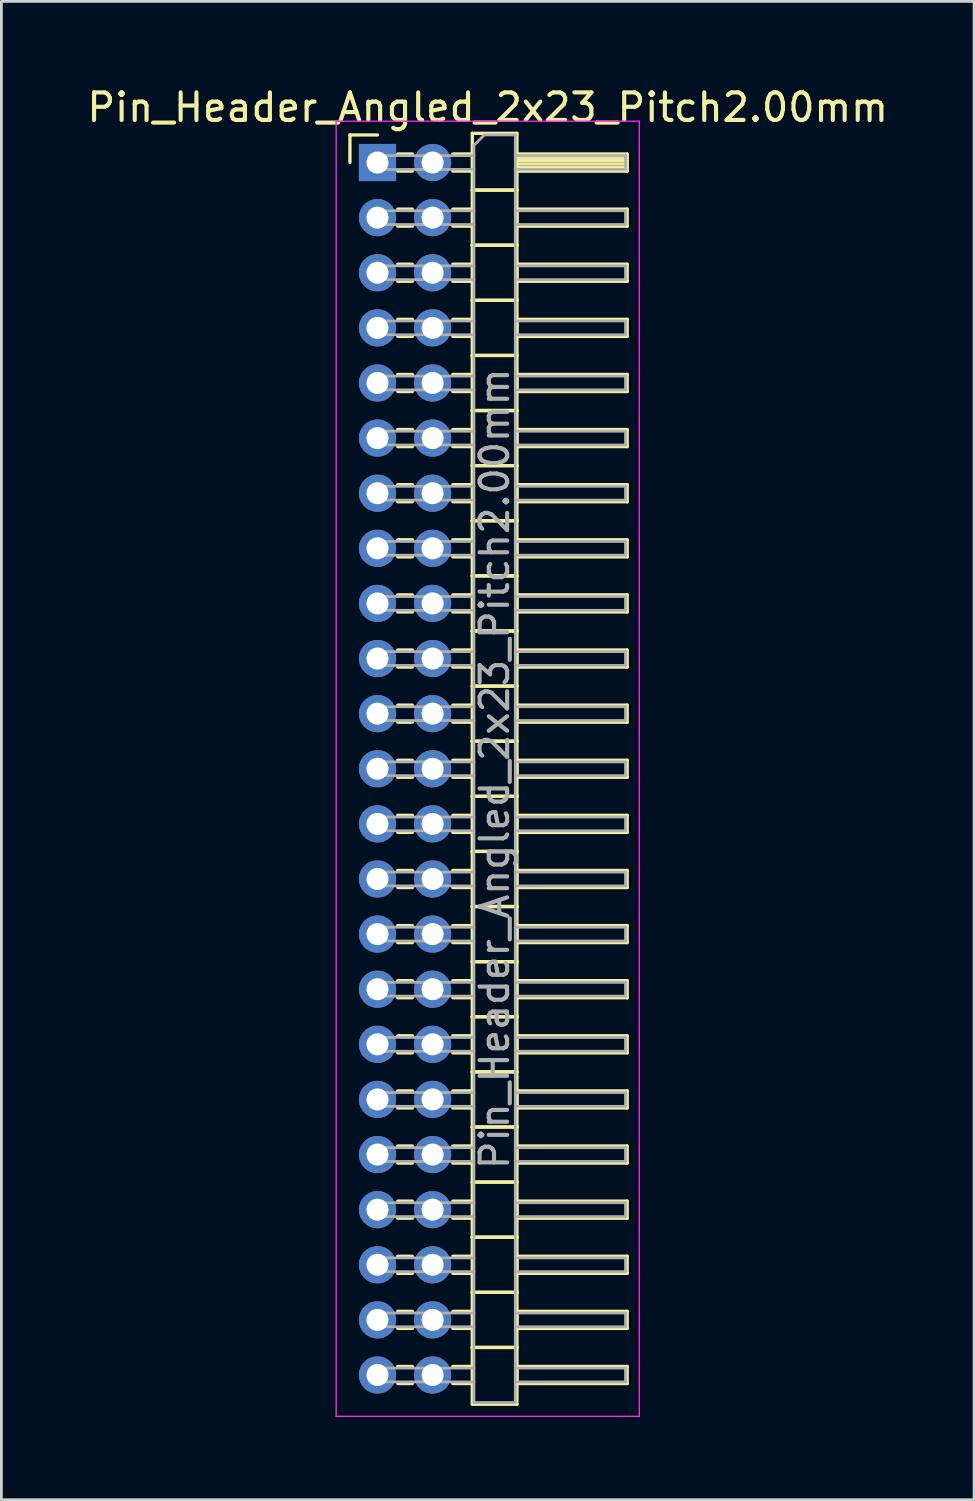
<source format=kicad_pcb>
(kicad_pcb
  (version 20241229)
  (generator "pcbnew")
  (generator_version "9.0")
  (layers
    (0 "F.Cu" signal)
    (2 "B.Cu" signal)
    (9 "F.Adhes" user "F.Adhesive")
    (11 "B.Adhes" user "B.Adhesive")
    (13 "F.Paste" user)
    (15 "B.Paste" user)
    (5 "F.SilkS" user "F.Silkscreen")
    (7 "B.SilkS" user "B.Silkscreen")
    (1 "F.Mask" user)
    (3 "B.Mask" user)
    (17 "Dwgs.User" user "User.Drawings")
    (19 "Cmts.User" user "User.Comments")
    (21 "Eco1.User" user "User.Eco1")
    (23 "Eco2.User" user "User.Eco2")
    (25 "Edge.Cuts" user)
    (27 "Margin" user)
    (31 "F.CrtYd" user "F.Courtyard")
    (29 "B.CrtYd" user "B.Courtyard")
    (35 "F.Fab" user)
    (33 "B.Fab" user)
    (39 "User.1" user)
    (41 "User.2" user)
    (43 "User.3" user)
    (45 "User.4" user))
  (footprint "Pin_Header_Angled_2x23_Pitch2.00mm"
    (layer "F.Cu")
    (at 10.649 2.848)
    (property "Reference" "Pin_Header_Angled_2x23_Pitch2.00mm" (at 4 -2 0) (layer "F.SilkS") (effects (font (size 1 1) (thickness 0.15))))
    (attr through_hole)
    (fp_line (start -1 -1) (end 0 -1) (stroke (width 0.12) (type solid)) (layer "F.SilkS"))
    (fp_line (start -1 0) (end -1 -1) (stroke (width 0.12) (type solid)) (layer "F.SilkS"))
    (fp_line (start 0.735 -0.31) (end 1.265 -0.31) (stroke (width 0.12) (type solid)) (layer "F.SilkS"))
    (fp_line (start 0.735 0.31) (end 1.265 0.31) (stroke (width 0.12) (type solid)) (layer "F.SilkS"))
    (fp_line (start 0.735 1.69) (end 1.265 1.69) (stroke (width 0.12) (type solid)) (layer "F.SilkS"))
    (fp_line (start 0.735 2.31) (end 1.265 2.31) (stroke (width 0.12) (type solid)) (layer "F.SilkS"))
    (fp_line (start 0.735 3.69) (end 1.265 3.69) (stroke (width 0.12) (type solid)) (layer "F.SilkS"))
    (fp_line (start 0.735 4.31) (end 1.265 4.31) (stroke (width 0.12) (type solid)) (layer "F.SilkS"))
    (fp_line (start 0.735 5.69) (end 1.265 5.69) (stroke (width 0.12) (type solid)) (layer "F.SilkS"))
    (fp_line (start 0.735 6.31) (end 1.265 6.31) (stroke (width 0.12) (type solid)) (layer "F.SilkS"))
    (fp_line (start 0.735 7.69) (end 1.265 7.69) (stroke (width 0.12) (type solid)) (layer "F.SilkS"))
    (fp_line (start 0.735 8.31) (end 1.265 8.31) (stroke (width 0.12) (type solid)) (layer "F.SilkS"))
    (fp_line (start 0.735 9.69) (end 1.265 9.69) (stroke (width 0.12) (type solid)) (layer "F.SilkS"))
    (fp_line (start 0.735 10.31) (end 1.265 10.31) (stroke (width 0.12) (type solid)) (layer "F.SilkS"))
    (fp_line (start 0.735 11.69) (end 1.265 11.69) (stroke (width 0.12) (type solid)) (layer "F.SilkS"))
    (fp_line (start 0.735 12.31) (end 1.265 12.31) (stroke (width 0.12) (type solid)) (layer "F.SilkS"))
    (fp_line (start 0.735 13.69) (end 1.265 13.69) (stroke (width 0.12) (type solid)) (layer "F.SilkS"))
    (fp_line (start 0.735 14.31) (end 1.265 14.31) (stroke (width 0.12) (type solid)) (layer "F.SilkS"))
    (fp_line (start 0.735 15.69) (end 1.265 15.69) (stroke (width 0.12) (type solid)) (layer "F.SilkS"))
    (fp_line (start 0.735 16.31) (end 1.265 16.31) (stroke (width 0.12) (type solid)) (layer "F.SilkS"))
    (fp_line (start 0.735 17.69) (end 1.265 17.69) (stroke (width 0.12) (type solid)) (layer "F.SilkS"))
    (fp_line (start 0.735 18.31) (end 1.265 18.31) (stroke (width 0.12) (type solid)) (layer "F.SilkS"))
    (fp_line (start 0.735 19.69) (end 1.265 19.69) (stroke (width 0.12) (type solid)) (layer "F.SilkS"))
    (fp_line (start 0.735 20.31) (end 1.265 20.31) (stroke (width 0.12) (type solid)) (layer "F.SilkS"))
    (fp_line (start 0.735 21.69) (end 1.265 21.69) (stroke (width 0.12) (type solid)) (layer "F.SilkS"))
    (fp_line (start 0.735 22.31) (end 1.265 22.31) (stroke (width 0.12) (type solid)) (layer "F.SilkS"))
    (fp_line (start 0.735 23.69) (end 1.265 23.69) (stroke (width 0.12) (type solid)) (layer "F.SilkS"))
    (fp_line (start 0.735 24.31) (end 1.265 24.31) (stroke (width 0.12) (type solid)) (layer "F.SilkS"))
    (fp_line (start 0.735 25.69) (end 1.265 25.69) (stroke (width 0.12) (type solid)) (layer "F.SilkS"))
    (fp_line (start 0.735 26.31) (end 1.265 26.31) (stroke (width 0.12) (type solid)) (layer "F.SilkS"))
    (fp_line (start 0.735 27.69) (end 1.265 27.69) (stroke (width 0.12) (type solid)) (layer "F.SilkS"))
    (fp_line (start 0.735 28.31) (end 1.265 28.31) (stroke (width 0.12) (type solid)) (layer "F.SilkS"))
    (fp_line (start 0.735 29.69) (end 1.265 29.69) (stroke (width 0.12) (type solid)) (layer "F.SilkS"))
    (fp_line (start 0.735 30.31) (end 1.265 30.31) (stroke (width 0.12) (type solid)) (layer "F.SilkS"))
    (fp_line (start 0.735 31.69) (end 1.265 31.69) (stroke (width 0.12) (type solid)) (layer "F.SilkS"))
    (fp_line (start 0.735 32.31) (end 1.265 32.31) (stroke (width 0.12) (type solid)) (layer "F.SilkS"))
    (fp_line (start 0.735 33.69) (end 1.265 33.69) (stroke (width 0.12) (type solid)) (layer "F.SilkS"))
    (fp_line (start 0.735 34.31) (end 1.265 34.31) (stroke (width 0.12) (type solid)) (layer "F.SilkS"))
    (fp_line (start 0.735 35.69) (end 1.265 35.69) (stroke (width 0.12) (type solid)) (layer "F.SilkS"))
    (fp_line (start 0.735 36.31) (end 1.265 36.31) (stroke (width 0.12) (type solid)) (layer "F.SilkS"))
    (fp_line (start 0.735 37.69) (end 1.265 37.69) (stroke (width 0.12) (type solid)) (layer "F.SilkS"))
    (fp_line (start 0.735 38.31) (end 1.265 38.31) (stroke (width 0.12) (type solid)) (layer "F.SilkS"))
    (fp_line (start 0.735 39.69) (end 1.265 39.69) (stroke (width 0.12) (type solid)) (layer "F.SilkS"))
    (fp_line (start 0.735 40.31) (end 1.265 40.31) (stroke (width 0.12) (type solid)) (layer "F.SilkS"))
    (fp_line (start 0.735 41.69) (end 1.265 41.69) (stroke (width 0.12) (type solid)) (layer "F.SilkS"))
    (fp_line (start 0.735 42.31) (end 1.265 42.31) (stroke (width 0.12) (type solid)) (layer "F.SilkS"))
    (fp_line (start 0.735 43.69) (end 1.265 43.69) (stroke (width 0.12) (type solid)) (layer "F.SilkS"))
    (fp_line (start 0.735 44.31) (end 1.265 44.31) (stroke (width 0.12) (type solid)) (layer "F.SilkS"))
    (fp_line (start 2.735 -0.31) (end 3.44 -0.31) (stroke (width 0.12) (type solid)) (layer "F.SilkS"))
    (fp_line (start 2.735 0.31) (end 3.44 0.31) (stroke (width 0.12) (type solid)) (layer "F.SilkS"))
    (fp_line (start 2.735 1.69) (end 3.44 1.69) (stroke (width 0.12) (type solid)) (layer "F.SilkS"))
    (fp_line (start 2.735 2.31) (end 3.44 2.31) (stroke (width 0.12) (type solid)) (layer "F.SilkS"))
    (fp_line (start 2.735 3.69) (end 3.44 3.69) (stroke (width 0.12) (type solid)) (layer "F.SilkS"))
    (fp_line (start 2.735 4.31) (end 3.44 4.31) (stroke (width 0.12) (type solid)) (layer "F.SilkS"))
    (fp_line (start 2.735 5.69) (end 3.44 5.69) (stroke (width 0.12) (type solid)) (layer "F.SilkS"))
    (fp_line (start 2.735 6.31) (end 3.44 6.31) (stroke (width 0.12) (type solid)) (layer "F.SilkS"))
    (fp_line (start 2.735 7.69) (end 3.44 7.69) (stroke (width 0.12) (type solid)) (layer "F.SilkS"))
    (fp_line (start 2.735 8.31) (end 3.44 8.31) (stroke (width 0.12) (type solid)) (layer "F.SilkS"))
    (fp_line (start 2.735 9.69) (end 3.44 9.69) (stroke (width 0.12) (type solid)) (layer "F.SilkS"))
    (fp_line (start 2.735 10.31) (end 3.44 10.31) (stroke (width 0.12) (type solid)) (layer "F.SilkS"))
    (fp_line (start 2.735 11.69) (end 3.44 11.69) (stroke (width 0.12) (type solid)) (layer "F.SilkS"))
    (fp_line (start 2.735 12.31) (end 3.44 12.31) (stroke (width 0.12) (type solid)) (layer "F.SilkS"))
    (fp_line (start 2.735 13.69) (end 3.44 13.69) (stroke (width 0.12) (type solid)) (layer "F.SilkS"))
    (fp_line (start 2.735 14.31) (end 3.44 14.31) (stroke (width 0.12) (type solid)) (layer "F.SilkS"))
    (fp_line (start 2.735 15.69) (end 3.44 15.69) (stroke (width 0.12) (type solid)) (layer "F.SilkS"))
    (fp_line (start 2.735 16.31) (end 3.44 16.31) (stroke (width 0.12) (type solid)) (layer "F.SilkS"))
    (fp_line (start 2.735 17.69) (end 3.44 17.69) (stroke (width 0.12) (type solid)) (layer "F.SilkS"))
    (fp_line (start 2.735 18.31) (end 3.44 18.31) (stroke (width 0.12) (type solid)) (layer "F.SilkS"))
    (fp_line (start 2.735 19.69) (end 3.44 19.69) (stroke (width 0.12) (type solid)) (layer "F.SilkS"))
    (fp_line (start 2.735 20.31) (end 3.44 20.31) (stroke (width 0.12) (type solid)) (layer "F.SilkS"))
    (fp_line (start 2.735 21.69) (end 3.44 21.69) (stroke (width 0.12) (type solid)) (layer "F.SilkS"))
    (fp_line (start 2.735 22.31) (end 3.44 22.31) (stroke (width 0.12) (type solid)) (layer "F.SilkS"))
    (fp_line (start 2.735 23.69) (end 3.44 23.69) (stroke (width 0.12) (type solid)) (layer "F.SilkS"))
    (fp_line (start 2.735 24.31) (end 3.44 24.31) (stroke (width 0.12) (type solid)) (layer "F.SilkS"))
    (fp_line (start 2.735 25.69) (end 3.44 25.69) (stroke (width 0.12) (type solid)) (layer "F.SilkS"))
    (fp_line (start 2.735 26.31) (end 3.44 26.31) (stroke (width 0.12) (type solid)) (layer "F.SilkS"))
    (fp_line (start 2.735 27.69) (end 3.44 27.69) (stroke (width 0.12) (type solid)) (layer "F.SilkS"))
    (fp_line (start 2.735 28.31) (end 3.44 28.31) (stroke (width 0.12) (type solid)) (layer "F.SilkS"))
    (fp_line (start 2.735 29.69) (end 3.44 29.69) (stroke (width 0.12) (type solid)) (layer "F.SilkS"))
    (fp_line (start 2.735 30.31) (end 3.44 30.31) (stroke (width 0.12) (type solid)) (layer "F.SilkS"))
    (fp_line (start 2.735 31.69) (end 3.44 31.69) (stroke (width 0.12) (type solid)) (layer "F.SilkS"))
    (fp_line (start 2.735 32.31) (end 3.44 32.31) (stroke (width 0.12) (type solid)) (layer "F.SilkS"))
    (fp_line (start 2.735 33.69) (end 3.44 33.69) (stroke (width 0.12) (type solid)) (layer "F.SilkS"))
    (fp_line (start 2.735 34.31) (end 3.44 34.31) (stroke (width 0.12) (type solid)) (layer "F.SilkS"))
    (fp_line (start 2.735 35.69) (end 3.44 35.69) (stroke (width 0.12) (type solid)) (layer "F.SilkS"))
    (fp_line (start 2.735 36.31) (end 3.44 36.31) (stroke (width 0.12) (type solid)) (layer "F.SilkS"))
    (fp_line (start 2.735 37.69) (end 3.44 37.69) (stroke (width 0.12) (type solid)) (layer "F.SilkS"))
    (fp_line (start 2.735 38.31) (end 3.44 38.31) (stroke (width 0.12) (type solid)) (layer "F.SilkS"))
    (fp_line (start 2.735 39.69) (end 3.44 39.69) (stroke (width 0.12) (type solid)) (layer "F.SilkS"))
    (fp_line (start 2.735 40.31) (end 3.44 40.31) (stroke (width 0.12) (type solid)) (layer "F.SilkS"))
    (fp_line (start 2.735 41.69) (end 3.44 41.69) (stroke (width 0.12) (type solid)) (layer "F.SilkS"))
    (fp_line (start 2.735 42.31) (end 3.44 42.31) (stroke (width 0.12) (type solid)) (layer "F.SilkS"))
    (fp_line (start 2.735 43.69) (end 3.44 43.69) (stroke (width 0.12) (type solid)) (layer "F.SilkS"))
    (fp_line (start 2.735 44.31) (end 3.44 44.31) (stroke (width 0.12) (type solid)) (layer "F.SilkS"))
    (fp_line (start 3.44 -1.06) (end 3.44 1) (stroke (width 0.12) (type solid)) (layer "F.SilkS"))
    (fp_line (start 3.44 1) (end 3.44 3) (stroke (width 0.12) (type solid)) (layer "F.SilkS"))
    (fp_line (start 3.44 1) (end 5.06 1) (stroke (width 0.12) (type solid)) (layer "F.SilkS"))
    (fp_line (start 3.44 3) (end 3.44 5) (stroke (width 0.12) (type solid)) (layer "F.SilkS"))
    (fp_line (start 3.44 3) (end 5.06 3) (stroke (width 0.12) (type solid)) (layer "F.SilkS"))
    (fp_line (start 3.44 5) (end 3.44 7) (stroke (width 0.12) (type solid)) (layer "F.SilkS"))
    (fp_line (start 3.44 5) (end 5.06 5) (stroke (width 0.12) (type solid)) (layer "F.SilkS"))
    (fp_line (start 3.44 7) (end 3.44 9) (stroke (width 0.12) (type solid)) (layer "F.SilkS"))
    (fp_line (start 3.44 7) (end 5.06 7) (stroke (width 0.12) (type solid)) (layer "F.SilkS"))
    (fp_line (start 3.44 9) (end 3.44 11) (stroke (width 0.12) (type solid)) (layer "F.SilkS"))
    (fp_line (start 3.44 9) (end 5.06 9) (stroke (width 0.12) (type solid)) (layer "F.SilkS"))
    (fp_line (start 3.44 11) (end 3.44 13) (stroke (width 0.12) (type solid)) (layer "F.SilkS"))
    (fp_line (start 3.44 11) (end 5.06 11) (stroke (width 0.12) (type solid)) (layer "F.SilkS"))
    (fp_line (start 3.44 13) (end 3.44 15) (stroke (width 0.12) (type solid)) (layer "F.SilkS"))
    (fp_line (start 3.44 13) (end 5.06 13) (stroke (width 0.12) (type solid)) (layer "F.SilkS"))
    (fp_line (start 3.44 15) (end 3.44 17) (stroke (width 0.12) (type solid)) (layer "F.SilkS"))
    (fp_line (start 3.44 15) (end 5.06 15) (stroke (width 0.12) (type solid)) (layer "F.SilkS"))
    (fp_line (start 3.44 17) (end 3.44 19) (stroke (width 0.12) (type solid)) (layer "F.SilkS"))
    (fp_line (start 3.44 17) (end 5.06 17) (stroke (width 0.12) (type solid)) (layer "F.SilkS"))
    (fp_line (start 3.44 19) (end 3.44 21) (stroke (width 0.12) (type solid)) (layer "F.SilkS"))
    (fp_line (start 3.44 19) (end 5.06 19) (stroke (width 0.12) (type solid)) (layer "F.SilkS"))
    (fp_line (start 3.44 21) (end 3.44 23) (stroke (width 0.12) (type solid)) (layer "F.SilkS"))
    (fp_line (start 3.44 21) (end 5.06 21) (stroke (width 0.12) (type solid)) (layer "F.SilkS"))
    (fp_line (start 3.44 23) (end 3.44 25) (stroke (width 0.12) (type solid)) (layer "F.SilkS"))
    (fp_line (start 3.44 23) (end 5.06 23) (stroke (width 0.12) (type solid)) (layer "F.SilkS"))
    (fp_line (start 3.44 25) (end 3.44 27) (stroke (width 0.12) (type solid)) (layer "F.SilkS"))
    (fp_line (start 3.44 25) (end 5.06 25) (stroke (width 0.12) (type solid)) (layer "F.SilkS"))
    (fp_line (start 3.44 27) (end 3.44 29) (stroke (width 0.12) (type solid)) (layer "F.SilkS"))
    (fp_line (start 3.44 27) (end 5.06 27) (stroke (width 0.12) (type solid)) (layer "F.SilkS"))
    (fp_line (start 3.44 29) (end 3.44 31) (stroke (width 0.12) (type solid)) (layer "F.SilkS"))
    (fp_line (start 3.44 29) (end 5.06 29) (stroke (width 0.12) (type solid)) (layer "F.SilkS"))
    (fp_line (start 3.44 31) (end 3.44 33) (stroke (width 0.12) (type solid)) (layer "F.SilkS"))
    (fp_line (start 3.44 31) (end 5.06 31) (stroke (width 0.12) (type solid)) (layer "F.SilkS"))
    (fp_line (start 3.44 33) (end 3.44 35) (stroke (width 0.12) (type solid)) (layer "F.SilkS"))
    (fp_line (start 3.44 33) (end 5.06 33) (stroke (width 0.12) (type solid)) (layer "F.SilkS"))
    (fp_line (start 3.44 35) (end 3.44 37) (stroke (width 0.12) (type solid)) (layer "F.SilkS"))
    (fp_line (start 3.44 35) (end 5.06 35) (stroke (width 0.12) (type solid)) (layer "F.SilkS"))
    (fp_line (start 3.44 37) (end 3.44 39) (stroke (width 0.12) (type solid)) (layer "F.SilkS"))
    (fp_line (start 3.44 37) (end 5.06 37) (stroke (width 0.12) (type solid)) (layer "F.SilkS"))
    (fp_line (start 3.44 39) (end 3.44 41) (stroke (width 0.12) (type solid)) (layer "F.SilkS"))
    (fp_line (start 3.44 39) (end 5.06 39) (stroke (width 0.12) (type solid)) (layer "F.SilkS"))
    (fp_line (start 3.44 41) (end 3.44 43) (stroke (width 0.12) (type solid)) (layer "F.SilkS"))
    (fp_line (start 3.44 41) (end 5.06 41) (stroke (width 0.12) (type solid)) (layer "F.SilkS"))
    (fp_line (start 3.44 43) (end 3.44 45.06) (stroke (width 0.12) (type solid)) (layer "F.SilkS"))
    (fp_line (start 3.44 43) (end 5.06 43) (stroke (width 0.12) (type solid)) (layer "F.SilkS"))
    (fp_line (start 3.44 45.06) (end 5.06 45.06) (stroke (width 0.12) (type solid)) (layer "F.SilkS"))
    (fp_line (start 5.06 -1.06) (end 3.44 -1.06) (stroke (width 0.12) (type solid)) (layer "F.SilkS"))
    (fp_line (start 5.06 -0.31) (end 5.06 0.31) (stroke (width 0.12) (type solid)) (layer "F.SilkS"))
    (fp_line (start 5.06 -0.19) (end 9.06 -0.19) (stroke (width 0.12) (type solid)) (layer "F.SilkS"))
    (fp_line (start 5.06 -0.07) (end 9.06 -0.07) (stroke (width 0.12) (type solid)) (layer "F.SilkS"))
    (fp_line (start 5.06 0.05) (end 9.06 0.05) (stroke (width 0.12) (type solid)) (layer "F.SilkS"))
    (fp_line (start 5.06 0.17) (end 9.06 0.17) (stroke (width 0.12) (type solid)) (layer "F.SilkS"))
    (fp_line (start 5.06 0.29) (end 9.06 0.29) (stroke (width 0.12) (type solid)) (layer "F.SilkS"))
    (fp_line (start 5.06 0.31) (end 9.06 0.31) (stroke (width 0.12) (type solid)) (layer "F.SilkS"))
    (fp_line (start 5.06 1) (end 3.44 1) (stroke (width 0.12) (type solid)) (layer "F.SilkS"))
    (fp_line (start 5.06 1) (end 5.06 -1.06) (stroke (width 0.12) (type solid)) (layer "F.SilkS"))
    (fp_line (start 5.06 1.69) (end 5.06 2.31) (stroke (width 0.12) (type solid)) (layer "F.SilkS"))
    (fp_line (start 5.06 2.31) (end 9.06 2.31) (stroke (width 0.12) (type solid)) (layer "F.SilkS"))
    (fp_line (start 5.06 3) (end 3.44 3) (stroke (width 0.12) (type solid)) (layer "F.SilkS"))
    (fp_line (start 5.06 3) (end 5.06 1) (stroke (width 0.12) (type solid)) (layer "F.SilkS"))
    (fp_line (start 5.06 3.69) (end 5.06 4.31) (stroke (width 0.12) (type solid)) (layer "F.SilkS"))
    (fp_line (start 5.06 4.31) (end 9.06 4.31) (stroke (width 0.12) (type solid)) (layer "F.SilkS"))
    (fp_line (start 5.06 5) (end 3.44 5) (stroke (width 0.12) (type solid)) (layer "F.SilkS"))
    (fp_line (start 5.06 5) (end 5.06 3) (stroke (width 0.12) (type solid)) (layer "F.SilkS"))
    (fp_line (start 5.06 5.69) (end 5.06 6.31) (stroke (width 0.12) (type solid)) (layer "F.SilkS"))
    (fp_line (start 5.06 6.31) (end 9.06 6.31) (stroke (width 0.12) (type solid)) (layer "F.SilkS"))
    (fp_line (start 5.06 7) (end 3.44 7) (stroke (width 0.12) (type solid)) (layer "F.SilkS"))
    (fp_line (start 5.06 7) (end 5.06 5) (stroke (width 0.12) (type solid)) (layer "F.SilkS"))
    (fp_line (start 5.06 7.69) (end 5.06 8.31) (stroke (width 0.12) (type solid)) (layer "F.SilkS"))
    (fp_line (start 5.06 8.31) (end 9.06 8.31) (stroke (width 0.12) (type solid)) (layer "F.SilkS"))
    (fp_line (start 5.06 9) (end 3.44 9) (stroke (width 0.12) (type solid)) (layer "F.SilkS"))
    (fp_line (start 5.06 9) (end 5.06 7) (stroke (width 0.12) (type solid)) (layer "F.SilkS"))
    (fp_line (start 5.06 9.69) (end 5.06 10.31) (stroke (width 0.12) (type solid)) (layer "F.SilkS"))
    (fp_line (start 5.06 10.31) (end 9.06 10.31) (stroke (width 0.12) (type solid)) (layer "F.SilkS"))
    (fp_line (start 5.06 11) (end 3.44 11) (stroke (width 0.12) (type solid)) (layer "F.SilkS"))
    (fp_line (start 5.06 11) (end 5.06 9) (stroke (width 0.12) (type solid)) (layer "F.SilkS"))
    (fp_line (start 5.06 11.69) (end 5.06 12.31) (stroke (width 0.12) (type solid)) (layer "F.SilkS"))
    (fp_line (start 5.06 12.31) (end 9.06 12.31) (stroke (width 0.12) (type solid)) (layer "F.SilkS"))
    (fp_line (start 5.06 13) (end 3.44 13) (stroke (width 0.12) (type solid)) (layer "F.SilkS"))
    (fp_line (start 5.06 13) (end 5.06 11) (stroke (width 0.12) (type solid)) (layer "F.SilkS"))
    (fp_line (start 5.06 13.69) (end 5.06 14.31) (stroke (width 0.12) (type solid)) (layer "F.SilkS"))
    (fp_line (start 5.06 14.31) (end 9.06 14.31) (stroke (width 0.12) (type solid)) (layer "F.SilkS"))
    (fp_line (start 5.06 15) (end 3.44 15) (stroke (width 0.12) (type solid)) (layer "F.SilkS"))
    (fp_line (start 5.06 15) (end 5.06 13) (stroke (width 0.12) (type solid)) (layer "F.SilkS"))
    (fp_line (start 5.06 15.69) (end 5.06 16.31) (stroke (width 0.12) (type solid)) (layer "F.SilkS"))
    (fp_line (start 5.06 16.31) (end 9.06 16.31) (stroke (width 0.12) (type solid)) (layer "F.SilkS"))
    (fp_line (start 5.06 17) (end 3.44 17) (stroke (width 0.12) (type solid)) (layer "F.SilkS"))
    (fp_line (start 5.06 17) (end 5.06 15) (stroke (width 0.12) (type solid)) (layer "F.SilkS"))
    (fp_line (start 5.06 17.69) (end 5.06 18.31) (stroke (width 0.12) (type solid)) (layer "F.SilkS"))
    (fp_line (start 5.06 18.31) (end 9.06 18.31) (stroke (width 0.12) (type solid)) (layer "F.SilkS"))
    (fp_line (start 5.06 19) (end 3.44 19) (stroke (width 0.12) (type solid)) (layer "F.SilkS"))
    (fp_line (start 5.06 19) (end 5.06 17) (stroke (width 0.12) (type solid)) (layer "F.SilkS"))
    (fp_line (start 5.06 19.69) (end 5.06 20.31) (stroke (width 0.12) (type solid)) (layer "F.SilkS"))
    (fp_line (start 5.06 20.31) (end 9.06 20.31) (stroke (width 0.12) (type solid)) (layer "F.SilkS"))
    (fp_line (start 5.06 21) (end 3.44 21) (stroke (width 0.12) (type solid)) (layer "F.SilkS"))
    (fp_line (start 5.06 21) (end 5.06 19) (stroke (width 0.12) (type solid)) (layer "F.SilkS"))
    (fp_line (start 5.06 21.69) (end 5.06 22.31) (stroke (width 0.12) (type solid)) (layer "F.SilkS"))
    (fp_line (start 5.06 22.31) (end 9.06 22.31) (stroke (width 0.12) (type solid)) (layer "F.SilkS"))
    (fp_line (start 5.06 23) (end 3.44 23) (stroke (width 0.12) (type solid)) (layer "F.SilkS"))
    (fp_line (start 5.06 23) (end 5.06 21) (stroke (width 0.12) (type solid)) (layer "F.SilkS"))
    (fp_line (start 5.06 23.69) (end 5.06 24.31) (stroke (width 0.12) (type solid)) (layer "F.SilkS"))
    (fp_line (start 5.06 24.31) (end 9.06 24.31) (stroke (width 0.12) (type solid)) (layer "F.SilkS"))
    (fp_line (start 5.06 25) (end 3.44 25) (stroke (width 0.12) (type solid)) (layer "F.SilkS"))
    (fp_line (start 5.06 25) (end 5.06 23) (stroke (width 0.12) (type solid)) (layer "F.SilkS"))
    (fp_line (start 5.06 25.69) (end 5.06 26.31) (stroke (width 0.12) (type solid)) (layer "F.SilkS"))
    (fp_line (start 5.06 26.31) (end 9.06 26.31) (stroke (width 0.12) (type solid)) (layer "F.SilkS"))
    (fp_line (start 5.06 27) (end 3.44 27) (stroke (width 0.12) (type solid)) (layer "F.SilkS"))
    (fp_line (start 5.06 27) (end 5.06 25) (stroke (width 0.12) (type solid)) (layer "F.SilkS"))
    (fp_line (start 5.06 27.69) (end 5.06 28.31) (stroke (width 0.12) (type solid)) (layer "F.SilkS"))
    (fp_line (start 5.06 28.31) (end 9.06 28.31) (stroke (width 0.12) (type solid)) (layer "F.SilkS"))
    (fp_line (start 5.06 29) (end 3.44 29) (stroke (width 0.12) (type solid)) (layer "F.SilkS"))
    (fp_line (start 5.06 29) (end 5.06 27) (stroke (width 0.12) (type solid)) (layer "F.SilkS"))
    (fp_line (start 5.06 29.69) (end 5.06 30.31) (stroke (width 0.12) (type solid)) (layer "F.SilkS"))
    (fp_line (start 5.06 30.31) (end 9.06 30.31) (stroke (width 0.12) (type solid)) (layer "F.SilkS"))
    (fp_line (start 5.06 31) (end 3.44 31) (stroke (width 0.12) (type solid)) (layer "F.SilkS"))
    (fp_line (start 5.06 31) (end 5.06 29) (stroke (width 0.12) (type solid)) (layer "F.SilkS"))
    (fp_line (start 5.06 31.69) (end 5.06 32.31) (stroke (width 0.12) (type solid)) (layer "F.SilkS"))
    (fp_line (start 5.06 32.31) (end 9.06 32.31) (stroke (width 0.12) (type solid)) (layer "F.SilkS"))
    (fp_line (start 5.06 33) (end 3.44 33) (stroke (width 0.12) (type solid)) (layer "F.SilkS"))
    (fp_line (start 5.06 33) (end 5.06 31) (stroke (width 0.12) (type solid)) (layer "F.SilkS"))
    (fp_line (start 5.06 33.69) (end 5.06 34.31) (stroke (width 0.12) (type solid)) (layer "F.SilkS"))
    (fp_line (start 5.06 34.31) (end 9.06 34.31) (stroke (width 0.12) (type solid)) (layer "F.SilkS"))
    (fp_line (start 5.06 35) (end 3.44 35) (stroke (width 0.12) (type solid)) (layer "F.SilkS"))
    (fp_line (start 5.06 35) (end 5.06 33) (stroke (width 0.12) (type solid)) (layer "F.SilkS"))
    (fp_line (start 5.06 35.69) (end 5.06 36.31) (stroke (width 0.12) (type solid)) (layer "F.SilkS"))
    (fp_line (start 5.06 36.31) (end 9.06 36.31) (stroke (width 0.12) (type solid)) (layer "F.SilkS"))
    (fp_line (start 5.06 37) (end 3.44 37) (stroke (width 0.12) (type solid)) (layer "F.SilkS"))
    (fp_line (start 5.06 37) (end 5.06 35) (stroke (width 0.12) (type solid)) (layer "F.SilkS"))
    (fp_line (start 5.06 37.69) (end 5.06 38.31) (stroke (width 0.12) (type solid)) (layer "F.SilkS"))
    (fp_line (start 5.06 38.31) (end 9.06 38.31) (stroke (width 0.12) (type solid)) (layer "F.SilkS"))
    (fp_line (start 5.06 39) (end 3.44 39) (stroke (width 0.12) (type solid)) (layer "F.SilkS"))
    (fp_line (start 5.06 39) (end 5.06 37) (stroke (width 0.12) (type solid)) (layer "F.SilkS"))
    (fp_line (start 5.06 39.69) (end 5.06 40.31) (stroke (width 0.12) (type solid)) (layer "F.SilkS"))
    (fp_line (start 5.06 40.31) (end 9.06 40.31) (stroke (width 0.12) (type solid)) (layer "F.SilkS"))
    (fp_line (start 5.06 41) (end 3.44 41) (stroke (width 0.12) (type solid)) (layer "F.SilkS"))
    (fp_line (start 5.06 41) (end 5.06 39) (stroke (width 0.12) (type solid)) (layer "F.SilkS"))
    (fp_line (start 5.06 41.69) (end 5.06 42.31) (stroke (width 0.12) (type solid)) (layer "F.SilkS"))
    (fp_line (start 5.06 42.31) (end 9.06 42.31) (stroke (width 0.12) (type solid)) (layer "F.SilkS"))
    (fp_line (start 5.06 43) (end 3.44 43) (stroke (width 0.12) (type solid)) (layer "F.SilkS"))
    (fp_line (start 5.06 43) (end 5.06 41) (stroke (width 0.12) (type solid)) (layer "F.SilkS"))
    (fp_line (start 5.06 43.69) (end 5.06 44.31) (stroke (width 0.12) (type solid)) (layer "F.SilkS"))
    (fp_line (start 5.06 44.31) (end 9.06 44.31) (stroke (width 0.12) (type solid)) (layer "F.SilkS"))
    (fp_line (start 5.06 45.06) (end 5.06 43) (stroke (width 0.12) (type solid)) (layer "F.SilkS"))
    (fp_line (start 9.06 -0.31) (end 5.06 -0.31) (stroke (width 0.12) (type solid)) (layer "F.SilkS"))
    (fp_line (start 9.06 0.31) (end 9.06 -0.31) (stroke (width 0.12) (type solid)) (layer "F.SilkS"))
    (fp_line (start 9.06 1.69) (end 5.06 1.69) (stroke (width 0.12) (type solid)) (layer "F.SilkS"))
    (fp_line (start 9.06 2.31) (end 9.06 1.69) (stroke (width 0.12) (type solid)) (layer "F.SilkS"))
    (fp_line (start 9.06 3.69) (end 5.06 3.69) (stroke (width 0.12) (type solid)) (layer "F.SilkS"))
    (fp_line (start 9.06 4.31) (end 9.06 3.69) (stroke (width 0.12) (type solid)) (layer "F.SilkS"))
    (fp_line (start 9.06 5.69) (end 5.06 5.69) (stroke (width 0.12) (type solid)) (layer "F.SilkS"))
    (fp_line (start 9.06 6.31) (end 9.06 5.69) (stroke (width 0.12) (type solid)) (layer "F.SilkS"))
    (fp_line (start 9.06 7.69) (end 5.06 7.69) (stroke (width 0.12) (type solid)) (layer "F.SilkS"))
    (fp_line (start 9.06 8.31) (end 9.06 7.69) (stroke (width 0.12) (type solid)) (layer "F.SilkS"))
    (fp_line (start 9.06 9.69) (end 5.06 9.69) (stroke (width 0.12) (type solid)) (layer "F.SilkS"))
    (fp_line (start 9.06 10.31) (end 9.06 9.69) (stroke (width 0.12) (type solid)) (layer "F.SilkS"))
    (fp_line (start 9.06 11.69) (end 5.06 11.69) (stroke (width 0.12) (type solid)) (layer "F.SilkS"))
    (fp_line (start 9.06 12.31) (end 9.06 11.69) (stroke (width 0.12) (type solid)) (layer "F.SilkS"))
    (fp_line (start 9.06 13.69) (end 5.06 13.69) (stroke (width 0.12) (type solid)) (layer "F.SilkS"))
    (fp_line (start 9.06 14.31) (end 9.06 13.69) (stroke (width 0.12) (type solid)) (layer "F.SilkS"))
    (fp_line (start 9.06 15.69) (end 5.06 15.69) (stroke (width 0.12) (type solid)) (layer "F.SilkS"))
    (fp_line (start 9.06 16.31) (end 9.06 15.69) (stroke (width 0.12) (type solid)) (layer "F.SilkS"))
    (fp_line (start 9.06 17.69) (end 5.06 17.69) (stroke (width 0.12) (type solid)) (layer "F.SilkS"))
    (fp_line (start 9.06 18.31) (end 9.06 17.69) (stroke (width 0.12) (type solid)) (layer "F.SilkS"))
    (fp_line (start 9.06 19.69) (end 5.06 19.69) (stroke (width 0.12) (type solid)) (layer "F.SilkS"))
    (fp_line (start 9.06 20.31) (end 9.06 19.69) (stroke (width 0.12) (type solid)) (layer "F.SilkS"))
    (fp_line (start 9.06 21.69) (end 5.06 21.69) (stroke (width 0.12) (type solid)) (layer "F.SilkS"))
    (fp_line (start 9.06 22.31) (end 9.06 21.69) (stroke (width 0.12) (type solid)) (layer "F.SilkS"))
    (fp_line (start 9.06 23.69) (end 5.06 23.69) (stroke (width 0.12) (type solid)) (layer "F.SilkS"))
    (fp_line (start 9.06 24.31) (end 9.06 23.69) (stroke (width 0.12) (type solid)) (layer "F.SilkS"))
    (fp_line (start 9.06 25.69) (end 5.06 25.69) (stroke (width 0.12) (type solid)) (layer "F.SilkS"))
    (fp_line (start 9.06 26.31) (end 9.06 25.69) (stroke (width 0.12) (type solid)) (layer "F.SilkS"))
    (fp_line (start 9.06 27.69) (end 5.06 27.69) (stroke (width 0.12) (type solid)) (layer "F.SilkS"))
    (fp_line (start 9.06 28.31) (end 9.06 27.69) (stroke (width 0.12) (type solid)) (layer "F.SilkS"))
    (fp_line (start 9.06 29.69) (end 5.06 29.69) (stroke (width 0.12) (type solid)) (layer "F.SilkS"))
    (fp_line (start 9.06 30.31) (end 9.06 29.69) (stroke (width 0.12) (type solid)) (layer "F.SilkS"))
    (fp_line (start 9.06 31.69) (end 5.06 31.69) (stroke (width 0.12) (type solid)) (layer "F.SilkS"))
    (fp_line (start 9.06 32.31) (end 9.06 31.69) (stroke (width 0.12) (type solid)) (layer "F.SilkS"))
    (fp_line (start 9.06 33.69) (end 5.06 33.69) (stroke (width 0.12) (type solid)) (layer "F.SilkS"))
    (fp_line (start 9.06 34.31) (end 9.06 33.69) (stroke (width 0.12) (type solid)) (layer "F.SilkS"))
    (fp_line (start 9.06 35.69) (end 5.06 35.69) (stroke (width 0.12) (type solid)) (layer "F.SilkS"))
    (fp_line (start 9.06 36.31) (end 9.06 35.69) (stroke (width 0.12) (type solid)) (layer "F.SilkS"))
    (fp_line (start 9.06 37.69) (end 5.06 37.69) (stroke (width 0.12) (type solid)) (layer "F.SilkS"))
    (fp_line (start 9.06 38.31) (end 9.06 37.69) (stroke (width 0.12) (type solid)) (layer "F.SilkS"))
    (fp_line (start 9.06 39.69) (end 5.06 39.69) (stroke (width 0.12) (type solid)) (layer "F.SilkS"))
    (fp_line (start 9.06 40.31) (end 9.06 39.69) (stroke (width 0.12) (type solid)) (layer "F.SilkS"))
    (fp_line (start 9.06 41.69) (end 5.06 41.69) (stroke (width 0.12) (type solid)) (layer "F.SilkS"))
    (fp_line (start 9.06 42.31) (end 9.06 41.69) (stroke (width 0.12) (type solid)) (layer "F.SilkS"))
    (fp_line (start 9.06 43.69) (end 5.06 43.69) (stroke (width 0.12) (type solid)) (layer "F.SilkS"))
    (fp_line (start 9.06 44.31) (end 9.06 43.69) (stroke (width 0.12) (type solid)) (layer "F.SilkS"))
    (fp_line (start -1.5 -1.5) (end -1.5 45.5) (stroke (width 0.05) (type solid)) (layer "F.CrtYd"))
    (fp_line (start -1.5 45.5) (end 9.5 45.5) (stroke (width 0.05) (type solid)) (layer "F.CrtYd"))
    (fp_line (start 9.5 -1.5) (end -1.5 -1.5) (stroke (width 0.05) (type solid)) (layer "F.CrtYd"))
    (fp_line (start 9.5 45.5) (end 9.5 -1.5) (stroke (width 0.05) (type solid)) (layer "F.CrtYd"))
    (fp_line (start -0.25 -0.25) (end -0.25 0.25) (stroke (width 0.1) (type solid)) (layer "F.Fab"))
    (fp_line (start -0.25 -0.25) (end 3.5 -0.25) (stroke (width 0.1) (type solid)) (layer "F.Fab"))
    (fp_line (start -0.25 0.25) (end 3.5 0.25) (stroke (width 0.1) (type solid)) (layer "F.Fab"))
    (fp_line (start -0.25 1.75) (end -0.25 2.25) (stroke (width 0.1) (type solid)) (layer "F.Fab"))
    (fp_line (start -0.25 1.75) (end 3.5 1.75) (stroke (width 0.1) (type solid)) (layer "F.Fab"))
    (fp_line (start -0.25 2.25) (end 3.5 2.25) (stroke (width 0.1) (type solid)) (layer "F.Fab"))
    (fp_line (start -0.25 3.75) (end -0.25 4.25) (stroke (width 0.1) (type solid)) (layer "F.Fab"))
    (fp_line (start -0.25 3.75) (end 3.5 3.75) (stroke (width 0.1) (type solid)) (layer "F.Fab"))
    (fp_line (start -0.25 4.25) (end 3.5 4.25) (stroke (width 0.1) (type solid)) (layer "F.Fab"))
    (fp_line (start -0.25 5.75) (end -0.25 6.25) (stroke (width 0.1) (type solid)) (layer "F.Fab"))
    (fp_line (start -0.25 5.75) (end 3.5 5.75) (stroke (width 0.1) (type solid)) (layer "F.Fab"))
    (fp_line (start -0.25 6.25) (end 3.5 6.25) (stroke (width 0.1) (type solid)) (layer "F.Fab"))
    (fp_line (start -0.25 7.75) (end -0.25 8.25) (stroke (width 0.1) (type solid)) (layer "F.Fab"))
    (fp_line (start -0.25 7.75) (end 3.5 7.75) (stroke (width 0.1) (type solid)) (layer "F.Fab"))
    (fp_line (start -0.25 8.25) (end 3.5 8.25) (stroke (width 0.1) (type solid)) (layer "F.Fab"))
    (fp_line (start -0.25 9.75) (end -0.25 10.25) (stroke (width 0.1) (type solid)) (layer "F.Fab"))
    (fp_line (start -0.25 9.75) (end 3.5 9.75) (stroke (width 0.1) (type solid)) (layer "F.Fab"))
    (fp_line (start -0.25 10.25) (end 3.5 10.25) (stroke (width 0.1) (type solid)) (layer "F.Fab"))
    (fp_line (start -0.25 11.75) (end -0.25 12.25) (stroke (width 0.1) (type solid)) (layer "F.Fab"))
    (fp_line (start -0.25 11.75) (end 3.5 11.75) (stroke (width 0.1) (type solid)) (layer "F.Fab"))
    (fp_line (start -0.25 12.25) (end 3.5 12.25) (stroke (width 0.1) (type solid)) (layer "F.Fab"))
    (fp_line (start -0.25 13.75) (end -0.25 14.25) (stroke (width 0.1) (type solid)) (layer "F.Fab"))
    (fp_line (start -0.25 13.75) (end 3.5 13.75) (stroke (width 0.1) (type solid)) (layer "F.Fab"))
    (fp_line (start -0.25 14.25) (end 3.5 14.25) (stroke (width 0.1) (type solid)) (layer "F.Fab"))
    (fp_line (start -0.25 15.75) (end -0.25 16.25) (stroke (width 0.1) (type solid)) (layer "F.Fab"))
    (fp_line (start -0.25 15.75) (end 3.5 15.75) (stroke (width 0.1) (type solid)) (layer "F.Fab"))
    (fp_line (start -0.25 16.25) (end 3.5 16.25) (stroke (width 0.1) (type solid)) (layer "F.Fab"))
    (fp_line (start -0.25 17.75) (end -0.25 18.25) (stroke (width 0.1) (type solid)) (layer "F.Fab"))
    (fp_line (start -0.25 17.75) (end 3.5 17.75) (stroke (width 0.1) (type solid)) (layer "F.Fab"))
    (fp_line (start -0.25 18.25) (end 3.5 18.25) (stroke (width 0.1) (type solid)) (layer "F.Fab"))
    (fp_line (start -0.25 19.75) (end -0.25 20.25) (stroke (width 0.1) (type solid)) (layer "F.Fab"))
    (fp_line (start -0.25 19.75) (end 3.5 19.75) (stroke (width 0.1) (type solid)) (layer "F.Fab"))
    (fp_line (start -0.25 20.25) (end 3.5 20.25) (stroke (width 0.1) (type solid)) (layer "F.Fab"))
    (fp_line (start -0.25 21.75) (end -0.25 22.25) (stroke (width 0.1) (type solid)) (layer "F.Fab"))
    (fp_line (start -0.25 21.75) (end 3.5 21.75) (stroke (width 0.1) (type solid)) (layer "F.Fab"))
    (fp_line (start -0.25 22.25) (end 3.5 22.25) (stroke (width 0.1) (type solid)) (layer "F.Fab"))
    (fp_line (start -0.25 23.75) (end -0.25 24.25) (stroke (width 0.1) (type solid)) (layer "F.Fab"))
    (fp_line (start -0.25 23.75) (end 3.5 23.75) (stroke (width 0.1) (type solid)) (layer "F.Fab"))
    (fp_line (start -0.25 24.25) (end 3.5 24.25) (stroke (width 0.1) (type solid)) (layer "F.Fab"))
    (fp_line (start -0.25 25.75) (end -0.25 26.25) (stroke (width 0.1) (type solid)) (layer "F.Fab"))
    (fp_line (start -0.25 25.75) (end 3.5 25.75) (stroke (width 0.1) (type solid)) (layer "F.Fab"))
    (fp_line (start -0.25 26.25) (end 3.5 26.25) (stroke (width 0.1) (type solid)) (layer "F.Fab"))
    (fp_line (start -0.25 27.75) (end -0.25 28.25) (stroke (width 0.1) (type solid)) (layer "F.Fab"))
    (fp_line (start -0.25 27.75) (end 3.5 27.75) (stroke (width 0.1) (type solid)) (layer "F.Fab"))
    (fp_line (start -0.25 28.25) (end 3.5 28.25) (stroke (width 0.1) (type solid)) (layer "F.Fab"))
    (fp_line (start -0.25 29.75) (end -0.25 30.25) (stroke (width 0.1) (type solid)) (layer "F.Fab"))
    (fp_line (start -0.25 29.75) (end 3.5 29.75) (stroke (width 0.1) (type solid)) (layer "F.Fab"))
    (fp_line (start -0.25 30.25) (end 3.5 30.25) (stroke (width 0.1) (type solid)) (layer "F.Fab"))
    (fp_line (start -0.25 31.75) (end -0.25 32.25) (stroke (width 0.1) (type solid)) (layer "F.Fab"))
    (fp_line (start -0.25 31.75) (end 3.5 31.75) (stroke (width 0.1) (type solid)) (layer "F.Fab"))
    (fp_line (start -0.25 32.25) (end 3.5 32.25) (stroke (width 0.1) (type solid)) (layer "F.Fab"))
    (fp_line (start -0.25 33.75) (end -0.25 34.25) (stroke (width 0.1) (type solid)) (layer "F.Fab"))
    (fp_line (start -0.25 33.75) (end 3.5 33.75) (stroke (width 0.1) (type solid)) (layer "F.Fab"))
    (fp_line (start -0.25 34.25) (end 3.5 34.25) (stroke (width 0.1) (type solid)) (layer "F.Fab"))
    (fp_line (start -0.25 35.75) (end -0.25 36.25) (stroke (width 0.1) (type solid)) (layer "F.Fab"))
    (fp_line (start -0.25 35.75) (end 3.5 35.75) (stroke (width 0.1) (type solid)) (layer "F.Fab"))
    (fp_line (start -0.25 36.25) (end 3.5 36.25) (stroke (width 0.1) (type solid)) (layer "F.Fab"))
    (fp_line (start -0.25 37.75) (end -0.25 38.25) (stroke (width 0.1) (type solid)) (layer "F.Fab"))
    (fp_line (start -0.25 37.75) (end 3.5 37.75) (stroke (width 0.1) (type solid)) (layer "F.Fab"))
    (fp_line (start -0.25 38.25) (end 3.5 38.25) (stroke (width 0.1) (type solid)) (layer "F.Fab"))
    (fp_line (start -0.25 39.75) (end -0.25 40.25) (stroke (width 0.1) (type solid)) (layer "F.Fab"))
    (fp_line (start -0.25 39.75) (end 3.5 39.75) (stroke (width 0.1) (type solid)) (layer "F.Fab"))
    (fp_line (start -0.25 40.25) (end 3.5 40.25) (stroke (width 0.1) (type solid)) (layer "F.Fab"))
    (fp_line (start -0.25 41.75) (end -0.25 42.25) (stroke (width 0.1) (type solid)) (layer "F.Fab"))
    (fp_line (start -0.25 41.75) (end 3.5 41.75) (stroke (width 0.1) (type solid)) (layer "F.Fab"))
    (fp_line (start -0.25 42.25) (end 3.5 42.25) (stroke (width 0.1) (type solid)) (layer "F.Fab"))
    (fp_line (start -0.25 43.75) (end -0.25 44.25) (stroke (width 0.1) (type solid)) (layer "F.Fab"))
    (fp_line (start -0.25 43.75) (end 3.5 43.75) (stroke (width 0.1) (type solid)) (layer "F.Fab"))
    (fp_line (start -0.25 44.25) (end 3.5 44.25) (stroke (width 0.1) (type solid)) (layer "F.Fab"))
    (fp_line (start 3.5 -0.625) (end 3.875 -1) (stroke (width 0.1) (type solid)) (layer "F.Fab"))
    (fp_line (start 3.5 45) (end 3.5 -0.625) (stroke (width 0.1) (type solid)) (layer "F.Fab"))
    (fp_line (start 3.875 -1) (end 5 -1) (stroke (width 0.1) (type solid)) (layer "F.Fab"))
    (fp_line (start 5 -1) (end 5 45) (stroke (width 0.1) (type solid)) (layer "F.Fab"))
    (fp_line (start 5 -0.25) (end 9 -0.25) (stroke (width 0.1) (type solid)) (layer "F.Fab"))
    (fp_line (start 5 0.25) (end 9 0.25) (stroke (width 0.1) (type solid)) (layer "F.Fab"))
    (fp_line (start 5 1.75) (end 9 1.75) (stroke (width 0.1) (type solid)) (layer "F.Fab"))
    (fp_line (start 5 2.25) (end 9 2.25) (stroke (width 0.1) (type solid)) (layer "F.Fab"))
    (fp_line (start 5 3.75) (end 9 3.75) (stroke (width 0.1) (type solid)) (layer "F.Fab"))
    (fp_line (start 5 4.25) (end 9 4.25) (stroke (width 0.1) (type solid)) (layer "F.Fab"))
    (fp_line (start 5 5.75) (end 9 5.75) (stroke (width 0.1) (type solid)) (layer "F.Fab"))
    (fp_line (start 5 6.25) (end 9 6.25) (stroke (width 0.1) (type solid)) (layer "F.Fab"))
    (fp_line (start 5 7.75) (end 9 7.75) (stroke (width 0.1) (type solid)) (layer "F.Fab"))
    (fp_line (start 5 8.25) (end 9 8.25) (stroke (width 0.1) (type solid)) (layer "F.Fab"))
    (fp_line (start 5 9.75) (end 9 9.75) (stroke (width 0.1) (type solid)) (layer "F.Fab"))
    (fp_line (start 5 10.25) (end 9 10.25) (stroke (width 0.1) (type solid)) (layer "F.Fab"))
    (fp_line (start 5 11.75) (end 9 11.75) (stroke (width 0.1) (type solid)) (layer "F.Fab"))
    (fp_line (start 5 12.25) (end 9 12.25) (stroke (width 0.1) (type solid)) (layer "F.Fab"))
    (fp_line (start 5 13.75) (end 9 13.75) (stroke (width 0.1) (type solid)) (layer "F.Fab"))
    (fp_line (start 5 14.25) (end 9 14.25) (stroke (width 0.1) (type solid)) (layer "F.Fab"))
    (fp_line (start 5 15.75) (end 9 15.75) (stroke (width 0.1) (type solid)) (layer "F.Fab"))
    (fp_line (start 5 16.25) (end 9 16.25) (stroke (width 0.1) (type solid)) (layer "F.Fab"))
    (fp_line (start 5 17.75) (end 9 17.75) (stroke (width 0.1) (type solid)) (layer "F.Fab"))
    (fp_line (start 5 18.25) (end 9 18.25) (stroke (width 0.1) (type solid)) (layer "F.Fab"))
    (fp_line (start 5 19.75) (end 9 19.75) (stroke (width 0.1) (type solid)) (layer "F.Fab"))
    (fp_line (start 5 20.25) (end 9 20.25) (stroke (width 0.1) (type solid)) (layer "F.Fab"))
    (fp_line (start 5 21.75) (end 9 21.75) (stroke (width 0.1) (type solid)) (layer "F.Fab"))
    (fp_line (start 5 22.25) (end 9 22.25) (stroke (width 0.1) (type solid)) (layer "F.Fab"))
    (fp_line (start 5 23.75) (end 9 23.75) (stroke (width 0.1) (type solid)) (layer "F.Fab"))
    (fp_line (start 5 24.25) (end 9 24.25) (stroke (width 0.1) (type solid)) (layer "F.Fab"))
    (fp_line (start 5 25.75) (end 9 25.75) (stroke (width 0.1) (type solid)) (layer "F.Fab"))
    (fp_line (start 5 26.25) (end 9 26.25) (stroke (width 0.1) (type solid)) (layer "F.Fab"))
    (fp_line (start 5 27.75) (end 9 27.75) (stroke (width 0.1) (type solid)) (layer "F.Fab"))
    (fp_line (start 5 28.25) (end 9 28.25) (stroke (width 0.1) (type solid)) (layer "F.Fab"))
    (fp_line (start 5 29.75) (end 9 29.75) (stroke (width 0.1) (type solid)) (layer "F.Fab"))
    (fp_line (start 5 30.25) (end 9 30.25) (stroke (width 0.1) (type solid)) (layer "F.Fab"))
    (fp_line (start 5 31.75) (end 9 31.75) (stroke (width 0.1) (type solid)) (layer "F.Fab"))
    (fp_line (start 5 32.25) (end 9 32.25) (stroke (width 0.1) (type solid)) (layer "F.Fab"))
    (fp_line (start 5 33.75) (end 9 33.75) (stroke (width 0.1) (type solid)) (layer "F.Fab"))
    (fp_line (start 5 34.25) (end 9 34.25) (stroke (width 0.1) (type solid)) (layer "F.Fab"))
    (fp_line (start 5 35.75) (end 9 35.75) (stroke (width 0.1) (type solid)) (layer "F.Fab"))
    (fp_line (start 5 36.25) (end 9 36.25) (stroke (width 0.1) (type solid)) (layer "F.Fab"))
    (fp_line (start 5 37.75) (end 9 37.75) (stroke (width 0.1) (type solid)) (layer "F.Fab"))
    (fp_line (start 5 38.25) (end 9 38.25) (stroke (width 0.1) (type solid)) (layer "F.Fab"))
    (fp_line (start 5 39.75) (end 9 39.75) (stroke (width 0.1) (type solid)) (layer "F.Fab"))
    (fp_line (start 5 40.25) (end 9 40.25) (stroke (width 0.1) (type solid)) (layer "F.Fab"))
    (fp_line (start 5 41.75) (end 9 41.75) (stroke (width 0.1) (type solid)) (layer "F.Fab"))
    (fp_line (start 5 42.25) (end 9 42.25) (stroke (width 0.1) (type solid)) (layer "F.Fab"))
    (fp_line (start 5 43.75) (end 9 43.75) (stroke (width 0.1) (type solid)) (layer "F.Fab"))
    (fp_line (start 5 44.25) (end 9 44.25) (stroke (width 0.1) (type solid)) (layer "F.Fab"))
    (fp_line (start 5 45) (end 3.5 45) (stroke (width 0.1) (type solid)) (layer "F.Fab"))
    (fp_line (start 9 -0.25) (end 9 0.25) (stroke (width 0.1) (type solid)) (layer "F.Fab"))
    (fp_line (start 9 1.75) (end 9 2.25) (stroke (width 0.1) (type solid)) (layer "F.Fab"))
    (fp_line (start 9 3.75) (end 9 4.25) (stroke (width 0.1) (type solid)) (layer "F.Fab"))
    (fp_line (start 9 5.75) (end 9 6.25) (stroke (width 0.1) (type solid)) (layer "F.Fab"))
    (fp_line (start 9 7.75) (end 9 8.25) (stroke (width 0.1) (type solid)) (layer "F.Fab"))
    (fp_line (start 9 9.75) (end 9 10.25) (stroke (width 0.1) (type solid)) (layer "F.Fab"))
    (fp_line (start 9 11.75) (end 9 12.25) (stroke (width 0.1) (type solid)) (layer "F.Fab"))
    (fp_line (start 9 13.75) (end 9 14.25) (stroke (width 0.1) (type solid)) (layer "F.Fab"))
    (fp_line (start 9 15.75) (end 9 16.25) (stroke (width 0.1) (type solid)) (layer "F.Fab"))
    (fp_line (start 9 17.75) (end 9 18.25) (stroke (width 0.1) (type solid)) (layer "F.Fab"))
    (fp_line (start 9 19.75) (end 9 20.25) (stroke (width 0.1) (type solid)) (layer "F.Fab"))
    (fp_line (start 9 21.75) (end 9 22.25) (stroke (width 0.1) (type solid)) (layer "F.Fab"))
    (fp_line (start 9 23.75) (end 9 24.25) (stroke (width 0.1) (type solid)) (layer "F.Fab"))
    (fp_line (start 9 25.75) (end 9 26.25) (stroke (width 0.1) (type solid)) (layer "F.Fab"))
    (fp_line (start 9 27.75) (end 9 28.25) (stroke (width 0.1) (type solid)) (layer "F.Fab"))
    (fp_line (start 9 29.75) (end 9 30.25) (stroke (width 0.1) (type solid)) (layer "F.Fab"))
    (fp_line (start 9 31.75) (end 9 32.25) (stroke (width 0.1) (type solid)) (layer "F.Fab"))
    (fp_line (start 9 33.75) (end 9 34.25) (stroke (width 0.1) (type solid)) (layer "F.Fab"))
    (fp_line (start 9 35.75) (end 9 36.25) (stroke (width 0.1) (type solid)) (layer "F.Fab"))
    (fp_line (start 9 37.75) (end 9 38.25) (stroke (width 0.1) (type solid)) (layer "F.Fab"))
    (fp_line (start 9 39.75) (end 9 40.25) (stroke (width 0.1) (type solid)) (layer "F.Fab"))
    (fp_line (start 9 41.75) (end 9 42.25) (stroke (width 0.1) (type solid)) (layer "F.Fab"))
    (fp_line (start 9 43.75) (end 9 44.25) (stroke (width 0.1) (type solid)) (layer "F.Fab"))
    (fp_text user "${REFERENCE}" (at 4.25 22 90) (layer "F.Fab") (effects (font (size 1 1) (thickness 0.15))))
    (pad "1" thru_hole rect (at 0 0) (size 1.35 1.35) (drill 0.8) (layers "*.Cu" "*.Mask"))
    (pad "2" thru_hole oval (at 2 0) (size 1.35 1.35) (drill 0.8) (layers "*.Cu" "*.Mask"))
    (pad "3" thru_hole oval (at 0 2) (size 1.35 1.35) (drill 0.8) (layers "*.Cu" "*.Mask"))
    (pad "4" thru_hole oval (at 2 2) (size 1.35 1.35) (drill 0.8) (layers "*.Cu" "*.Mask"))
    (pad "5" thru_hole oval (at 0 4) (size 1.35 1.35) (drill 0.8) (layers "*.Cu" "*.Mask"))
    (pad "6" thru_hole oval (at 2 4) (size 1.35 1.35) (drill 0.8) (layers "*.Cu" "*.Mask"))
    (pad "7" thru_hole oval (at 0 6) (size 1.35 1.35) (drill 0.8) (layers "*.Cu" "*.Mask"))
    (pad "8" thru_hole oval (at 2 6) (size 1.35 1.35) (drill 0.8) (layers "*.Cu" "*.Mask"))
    (pad "9" thru_hole oval (at 0 8) (size 1.35 1.35) (drill 0.8) (layers "*.Cu" "*.Mask"))
    (pad "10" thru_hole oval (at 2 8) (size 1.35 1.35) (drill 0.8) (layers "*.Cu" "*.Mask"))
    (pad "11" thru_hole oval (at 0 10) (size 1.35 1.35) (drill 0.8) (layers "*.Cu" "*.Mask"))
    (pad "12" thru_hole oval (at 2 10) (size 1.35 1.35) (drill 0.8) (layers "*.Cu" "*.Mask"))
    (pad "13" thru_hole oval (at 0 12) (size 1.35 1.35) (drill 0.8) (layers "*.Cu" "*.Mask"))
    (pad "14" thru_hole oval (at 2 12) (size 1.35 1.35) (drill 0.8) (layers "*.Cu" "*.Mask"))
    (pad "15" thru_hole oval (at 0 14) (size 1.35 1.35) (drill 0.8) (layers "*.Cu" "*.Mask"))
    (pad "16" thru_hole oval (at 2 14) (size 1.35 1.35) (drill 0.8) (layers "*.Cu" "*.Mask"))
    (pad "17" thru_hole oval (at 0 16) (size 1.35 1.35) (drill 0.8) (layers "*.Cu" "*.Mask"))
    (pad "18" thru_hole oval (at 2 16) (size 1.35 1.35) (drill 0.8) (layers "*.Cu" "*.Mask"))
    (pad "19" thru_hole oval (at 0 18) (size 1.35 1.35) (drill 0.8) (layers "*.Cu" "*.Mask"))
    (pad "20" thru_hole oval (at 2 18) (size 1.35 1.35) (drill 0.8) (layers "*.Cu" "*.Mask"))
    (pad "21" thru_hole oval (at 0 20) (size 1.35 1.35) (drill 0.8) (layers "*.Cu" "*.Mask"))
    (pad "22" thru_hole oval (at 2 20) (size 1.35 1.35) (drill 0.8) (layers "*.Cu" "*.Mask"))
    (pad "23" thru_hole oval (at 0 22) (size 1.35 1.35) (drill 0.8) (layers "*.Cu" "*.Mask"))
    (pad "24" thru_hole oval (at 2 22) (size 1.35 1.35) (drill 0.8) (layers "*.Cu" "*.Mask"))
    (pad "25" thru_hole oval (at 0 24) (size 1.35 1.35) (drill 0.8) (layers "*.Cu" "*.Mask"))
    (pad "26" thru_hole oval (at 2 24) (size 1.35 1.35) (drill 0.8) (layers "*.Cu" "*.Mask"))
    (pad "27" thru_hole oval (at 0 26) (size 1.35 1.35) (drill 0.8) (layers "*.Cu" "*.Mask"))
    (pad "28" thru_hole oval (at 2 26) (size 1.35 1.35) (drill 0.8) (layers "*.Cu" "*.Mask"))
    (pad "29" thru_hole oval (at 0 28) (size 1.35 1.35) (drill 0.8) (layers "*.Cu" "*.Mask"))
    (pad "30" thru_hole oval (at 2 28) (size 1.35 1.35) (drill 0.8) (layers "*.Cu" "*.Mask"))
    (pad "31" thru_hole oval (at 0 30) (size 1.35 1.35) (drill 0.8) (layers "*.Cu" "*.Mask"))
    (pad "32" thru_hole oval (at 2 30) (size 1.35 1.35) (drill 0.8) (layers "*.Cu" "*.Mask"))
    (pad "33" thru_hole oval (at 0 32) (size 1.35 1.35) (drill 0.8) (layers "*.Cu" "*.Mask"))
    (pad "34" thru_hole oval (at 2 32) (size 1.35 1.35) (drill 0.8) (layers "*.Cu" "*.Mask"))
    (pad "35" thru_hole oval (at 0 34) (size 1.35 1.35) (drill 0.8) (layers "*.Cu" "*.Mask"))
    (pad "36" thru_hole oval (at 2 34) (size 1.35 1.35) (drill 0.8) (layers "*.Cu" "*.Mask"))
    (pad "37" thru_hole oval (at 0 36) (size 1.35 1.35) (drill 0.8) (layers "*.Cu" "*.Mask"))
    (pad "38" thru_hole oval (at 2 36) (size 1.35 1.35) (drill 0.8) (layers "*.Cu" "*.Mask"))
    (pad "39" thru_hole oval (at 0 38) (size 1.35 1.35) (drill 0.8) (layers "*.Cu" "*.Mask"))
    (pad "40" thru_hole oval (at 2 38) (size 1.35 1.35) (drill 0.8) (layers "*.Cu" "*.Mask"))
    (pad "41" thru_hole oval (at 0 40) (size 1.35 1.35) (drill 0.8) (layers "*.Cu" "*.Mask"))
    (pad "42" thru_hole oval (at 2 40) (size 1.35 1.35) (drill 0.8) (layers "*.Cu" "*.Mask"))
    (pad "43" thru_hole oval (at 0 42) (size 1.35 1.35) (drill 0.8) (layers "*.Cu" "*.Mask"))
    (pad "44" thru_hole oval (at 2 42) (size 1.35 1.35) (drill 0.8) (layers "*.Cu" "*.Mask"))
    (pad "45" thru_hole oval (at 0 44) (size 1.35 1.35) (drill 0.8) (layers "*.Cu" "*.Mask"))
    (pad "46" thru_hole oval (at 2 44) (size 1.35 1.35) (drill 0.8) (layers "*.Cu" "*.Mask")))
  (gr_rect
    (start -3 -3)
    (end 32.298 51.373)
    (stroke (width 0.1) (type default))
    (fill no)
    (layer "Edge.Cuts")))
</source>
